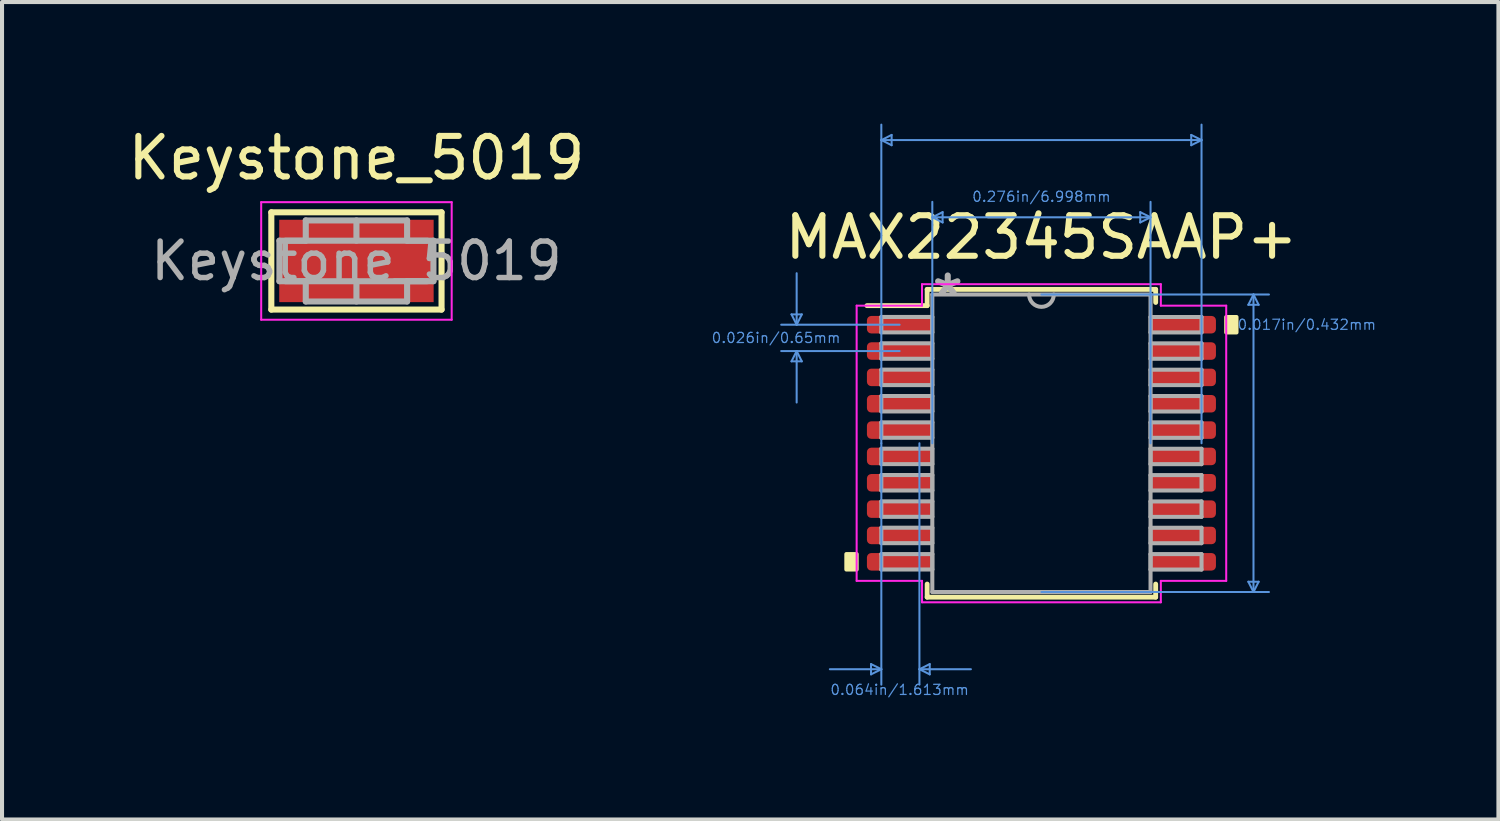
<source format=kicad_pcb>
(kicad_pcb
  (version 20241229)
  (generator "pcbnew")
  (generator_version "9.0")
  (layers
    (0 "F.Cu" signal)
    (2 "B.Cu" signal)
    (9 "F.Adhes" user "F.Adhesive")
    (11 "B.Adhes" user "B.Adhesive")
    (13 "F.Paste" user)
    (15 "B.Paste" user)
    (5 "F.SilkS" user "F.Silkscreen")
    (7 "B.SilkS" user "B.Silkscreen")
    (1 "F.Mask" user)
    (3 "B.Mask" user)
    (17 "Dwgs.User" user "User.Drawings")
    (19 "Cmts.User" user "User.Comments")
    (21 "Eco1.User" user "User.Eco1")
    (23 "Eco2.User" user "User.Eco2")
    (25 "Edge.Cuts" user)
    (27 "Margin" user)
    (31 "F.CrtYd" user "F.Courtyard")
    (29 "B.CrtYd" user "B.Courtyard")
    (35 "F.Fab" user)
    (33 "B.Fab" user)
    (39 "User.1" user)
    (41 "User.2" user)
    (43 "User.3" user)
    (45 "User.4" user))
  (footprint "Keystone_5019"
    (layer "F.Cu")
    (at 5.744 3.388)
    (property "Reference" "Keystone_5019" (at 0 -2.54 0) (layer "F.SilkS") (effects (font (size 1 1) (thickness 0.15))))
    (attr smd)
    (fp_line (start -2.1 -1.2) (end 2.1 -1.2) (stroke (width 0.15) (type solid)) (layer "F.SilkS"))
    (fp_line (start -2.1 1.2) (end -2.1 -1.2) (stroke (width 0.15) (type solid)) (layer "F.SilkS"))
    (fp_line (start 2.1 -1.2) (end 2.1 1.2) (stroke (width 0.15) (type solid)) (layer "F.SilkS"))
    (fp_line (start 2.1 1.2) (end -2.1 1.2) (stroke (width 0.15) (type solid)) (layer "F.SilkS"))
    (fp_line (start -2.35 -1.45) (end 2.35 -1.45) (stroke (width 0.05) (type solid)) (layer "F.CrtYd"))
    (fp_line (start -2.35 1.45) (end -2.35 -1.45) (stroke (width 0.05) (type solid)) (layer "F.CrtYd"))
    (fp_line (start 2.35 -1.45) (end 2.35 1.45) (stroke (width 0.05) (type solid)) (layer "F.CrtYd"))
    (fp_line (start 2.35 1.45) (end -2.35 1.45) (stroke (width 0.05) (type solid)) (layer "F.CrtYd"))
    (fp_line (start -1.9 -0.5) (end -1.9 0.5) (stroke (width 0.15) (type solid)) (layer "F.Fab"))
    (fp_line (start -1.9 -0.5) (end 1.9 -0.5) (stroke (width 0.15) (type solid)) (layer "F.Fab"))
    (fp_line (start -1.75 0.5) (end -1.25 0.5) (stroke (width 0.15) (type solid)) (layer "F.Fab"))
    (fp_line (start -1.25 -1) (end -1.25 -0.5) (stroke (width 0.15) (type solid)) (layer "F.Fab"))
    (fp_line (start -1.25 -0.5) (end -1.75 -0.5) (stroke (width 0.15) (type solid)) (layer "F.Fab"))
    (fp_line (start -1.25 0.5) (end -1.25 1) (stroke (width 0.15) (type solid)) (layer "F.Fab"))
    (fp_line (start -1.25 1) (end 1.25 1) (stroke (width 0.15) (type solid)) (layer "F.Fab"))
    (fp_line (start 0 -1) (end 0 -0.5) (stroke (width 0.15) (type solid)) (layer "F.Fab"))
    (fp_line (start 0 0.5) (end 0 1) (stroke (width 0.15) (type solid)) (layer "F.Fab"))
    (fp_line (start 1.25 -1) (end -1.25 -1) (stroke (width 0.15) (type solid)) (layer "F.Fab"))
    (fp_line (start 1.25 -0.5) (end 1.25 -1) (stroke (width 0.15) (type solid)) (layer "F.Fab"))
    (fp_line (start 1.25 0.5) (end 1.75 0.5) (stroke (width 0.15) (type solid)) (layer "F.Fab"))
    (fp_line (start 1.25 1) (end 1.25 0.5) (stroke (width 0.15) (type solid)) (layer "F.Fab"))
    (fp_line (start 1.75 -0.5) (end 1.25 -0.5) (stroke (width 0.15) (type solid)) (layer "F.Fab"))
    (fp_line (start 1.9 0.5) (end -1.9 0.5) (stroke (width 0.15) (type solid)) (layer "F.Fab"))
    (fp_line (start 1.9 0.5) (end 1.9 -0.5) (stroke (width 0.15) (type solid)) (layer "F.Fab"))
    (fp_text user "${REFERENCE}" (at 0 0 0) (layer "F.Fab") (effects (font (size 0.9 0.9) (thickness 0.135))))
    (pad "1" smd rect (at 0 0) (size 3.81 2.032) (layers "F.Cu" "F.Mask" "F.Paste")))
  (footprint "MAX22345SAAP+"
    (layer "F.Cu")
    (at 22.644 7.886)
    (property "Reference" "MAX22345SAAP+" (at 0 -5.08 0) (layer "F.SilkS") (effects (font (size 1 1) (thickness 0.15))))
    (attr smd)
    (fp_line (start -2.819 -3.797) (end -2.819 -3.395) (stroke (width 0.12) (type solid)) (layer "F.SilkS"))
    (fp_line (start -2.819 -3.395) (end -4.305 -3.395) (stroke (width 0.12) (type solid)) (layer "F.SilkS"))
    (fp_line (start -2.819 3.474) (end -2.819 3.797) (stroke (width 0.12) (type solid)) (layer "F.SilkS"))
    (fp_line (start -2.819 3.797) (end 2.819 3.797) (stroke (width 0.12) (type solid)) (layer "F.SilkS"))
    (fp_line (start 2.819 -3.797) (end -2.819 -3.797) (stroke (width 0.12) (type solid)) (layer "F.SilkS"))
    (fp_line (start 2.819 -3.474) (end 2.819 -3.797) (stroke (width 0.12) (type solid)) (layer "F.SilkS"))
    (fp_line (start 2.819 3.797) (end 2.819 3.474) (stroke (width 0.12) (type solid)) (layer "F.SilkS"))
    (fp_poly (pts (xy -4.813 2.734) (xy -4.813 3.115) (xy -4.559 3.115) (xy -4.559 2.734)) (stroke (width 0.1) (type solid)) (fill yes) (layer "F.SilkS"))
    (fp_poly (pts (xy 4.813 -3.115) (xy 4.813 -2.734) (xy 4.559 -2.734) (xy 4.559 -3.115)) (stroke (width 0.1) (type solid)) (fill yes) (layer "F.SilkS"))
    (fp_line (start -6.166 -3.179) (end -5.912 -3.179) (stroke (width 0.05) (type solid)) (layer "Cmts.User"))
    (fp_line (start -6.166 -2.021) (end -5.912 -2.021) (stroke (width 0.05) (type solid)) (layer "Cmts.User"))
    (fp_line (start -6.039 -2.925) (end -6.166 -3.179) (stroke (width 0.05) (type solid)) (layer "Cmts.User"))
    (fp_line (start -6.039 -2.925) (end -6.039 -4.195) (stroke (width 0.05) (type solid)) (layer "Cmts.User"))
    (fp_line (start -6.039 -2.925) (end -5.912 -3.179) (stroke (width 0.05) (type solid)) (layer "Cmts.User"))
    (fp_line (start -6.039 -2.275) (end -6.166 -2.021) (stroke (width 0.05) (type solid)) (layer "Cmts.User"))
    (fp_line (start -6.039 -2.275) (end -6.039 -1.005) (stroke (width 0.05) (type solid)) (layer "Cmts.User"))
    (fp_line (start -6.039 -2.275) (end -5.912 -2.021) (stroke (width 0.05) (type solid)) (layer "Cmts.User"))
    (fp_line (start -4.204 5.448) (end -4.204 5.702) (stroke (width 0.05) (type solid)) (layer "Cmts.User"))
    (fp_line (start -3.95 -7.48) (end -3.696 -7.607) (stroke (width 0.05) (type solid)) (layer "Cmts.User"))
    (fp_line (start -3.95 -7.48) (end -3.696 -7.353) (stroke (width 0.05) (type solid)) (layer "Cmts.User"))
    (fp_line (start -3.95 -7.48) (end 3.95 -7.48) (stroke (width 0.05) (type solid)) (layer "Cmts.User"))
    (fp_line (start -3.95 0) (end -3.95 -7.861) (stroke (width 0.05) (type solid)) (layer "Cmts.User"))
    (fp_line (start -3.95 0) (end -3.95 5.956) (stroke (width 0.05) (type solid)) (layer "Cmts.User"))
    (fp_line (start -3.95 5.575) (end -5.22 5.575) (stroke (width 0.05) (type solid)) (layer "Cmts.User"))
    (fp_line (start -3.95 5.575) (end -4.204 5.448) (stroke (width 0.05) (type solid)) (layer "Cmts.User"))
    (fp_line (start -3.95 5.575) (end -4.204 5.702) (stroke (width 0.05) (type solid)) (layer "Cmts.User"))
    (fp_line (start -3.696 -7.607) (end -3.696 -7.353) (stroke (width 0.05) (type solid)) (layer "Cmts.User"))
    (fp_line (start -3.499 -2.925) (end -6.42 -2.925) (stroke (width 0.05) (type solid)) (layer "Cmts.User"))
    (fp_line (start -3.499 -2.275) (end -6.42 -2.275) (stroke (width 0.05) (type solid)) (layer "Cmts.User"))
    (fp_line (start -3.01 0) (end -3.01 5.956) (stroke (width 0.05) (type solid)) (layer "Cmts.User"))
    (fp_line (start -3.01 5.575) (end -2.756 5.448) (stroke (width 0.05) (type solid)) (layer "Cmts.User"))
    (fp_line (start -3.01 5.575) (end -2.756 5.702) (stroke (width 0.05) (type solid)) (layer "Cmts.User"))
    (fp_line (start -3.01 5.575) (end -1.74 5.575) (stroke (width 0.05) (type solid)) (layer "Cmts.User"))
    (fp_line (start -2.756 5.448) (end -2.756 5.702) (stroke (width 0.05) (type solid)) (layer "Cmts.User"))
    (fp_line (start -2.692 -5.575) (end -2.438 -5.702) (stroke (width 0.05) (type solid)) (layer "Cmts.User"))
    (fp_line (start -2.692 -5.575) (end -2.438 -5.448) (stroke (width 0.05) (type solid)) (layer "Cmts.User"))
    (fp_line (start -2.692 -5.575) (end 2.692 -5.575) (stroke (width 0.05) (type solid)) (layer "Cmts.User"))
    (fp_line (start -2.692 0) (end -2.692 -5.956) (stroke (width 0.05) (type solid)) (layer "Cmts.User"))
    (fp_line (start -2.438 -5.702) (end -2.438 -5.448) (stroke (width 0.05) (type solid)) (layer "Cmts.User"))
    (fp_line (start 0 -3.67) (end 5.613 -3.67) (stroke (width 0.05) (type solid)) (layer "Cmts.User"))
    (fp_line (start 0 3.67) (end 5.613 3.67) (stroke (width 0.05) (type solid)) (layer "Cmts.User"))
    (fp_line (start 2.438 -5.702) (end 2.438 -5.448) (stroke (width 0.05) (type solid)) (layer "Cmts.User"))
    (fp_line (start 2.692 -5.575) (end 2.438 -5.702) (stroke (width 0.05) (type solid)) (layer "Cmts.User"))
    (fp_line (start 2.692 -5.575) (end 2.438 -5.448) (stroke (width 0.05) (type solid)) (layer "Cmts.User"))
    (fp_line (start 2.692 0) (end 2.692 -5.956) (stroke (width 0.05) (type solid)) (layer "Cmts.User"))
    (fp_line (start 3.696 -7.607) (end 3.696 -7.353) (stroke (width 0.05) (type solid)) (layer "Cmts.User"))
    (fp_line (start 3.95 -7.48) (end 3.696 -7.607) (stroke (width 0.05) (type solid)) (layer "Cmts.User"))
    (fp_line (start 3.95 -7.48) (end 3.696 -7.353) (stroke (width 0.05) (type solid)) (layer "Cmts.User"))
    (fp_line (start 3.95 0) (end 3.95 -7.861) (stroke (width 0.05) (type solid)) (layer "Cmts.User"))
    (fp_line (start 5.105 -3.416) (end 5.359 -3.416) (stroke (width 0.05) (type solid)) (layer "Cmts.User"))
    (fp_line (start 5.105 3.416) (end 5.359 3.416) (stroke (width 0.05) (type solid)) (layer "Cmts.User"))
    (fp_line (start 5.232 -3.67) (end 5.105 -3.416) (stroke (width 0.05) (type solid)) (layer "Cmts.User"))
    (fp_line (start 5.232 -3.67) (end 5.232 3.67) (stroke (width 0.05) (type solid)) (layer "Cmts.User"))
    (fp_line (start 5.232 -3.67) (end 5.359 -3.416) (stroke (width 0.05) (type solid)) (layer "Cmts.User"))
    (fp_line (start 5.232 3.67) (end 5.105 3.416) (stroke (width 0.05) (type solid)) (layer "Cmts.User"))
    (fp_line (start 5.232 3.67) (end 5.359 3.416) (stroke (width 0.05) (type solid)) (layer "Cmts.User"))
    (fp_line (start -4.559 -3.395) (end -2.946 -3.395) (stroke (width 0.05) (type solid)) (layer "F.CrtYd"))
    (fp_line (start -4.559 3.395) (end -4.559 -3.395) (stroke (width 0.05) (type solid)) (layer "F.CrtYd"))
    (fp_line (start -2.946 -3.924) (end 2.946 -3.924) (stroke (width 0.05) (type solid)) (layer "F.CrtYd"))
    (fp_line (start -2.946 -3.395) (end -2.946 -3.924) (stroke (width 0.05) (type solid)) (layer "F.CrtYd"))
    (fp_line (start -2.946 3.395) (end -4.559 3.395) (stroke (width 0.05) (type solid)) (layer "F.CrtYd"))
    (fp_line (start -2.946 3.924) (end -2.946 3.395) (stroke (width 0.05) (type solid)) (layer "F.CrtYd"))
    (fp_line (start 2.946 -3.924) (end 2.946 -3.395) (stroke (width 0.05) (type solid)) (layer "F.CrtYd"))
    (fp_line (start 2.946 3.395) (end 2.946 3.924) (stroke (width 0.05) (type solid)) (layer "F.CrtYd"))
    (fp_line (start 2.946 3.924) (end -2.946 3.924) (stroke (width 0.05) (type solid)) (layer "F.CrtYd"))
    (fp_line (start 4.559 -3.395) (end 2.946 -3.395) (stroke (width 0.05) (type solid)) (layer "F.CrtYd"))
    (fp_line (start 4.559 -3.395) (end 4.559 3.395) (stroke (width 0.05) (type solid)) (layer "F.CrtYd"))
    (fp_line (start 4.559 3.395) (end 2.946 3.395) (stroke (width 0.05) (type solid)) (layer "F.CrtYd"))
    (fp_line (start -3.95 -3.116) (end -3.95 -2.735) (stroke (width 0.1) (type solid)) (layer "F.Fab"))
    (fp_line (start -3.95 -2.735) (end -2.692 -2.735) (stroke (width 0.1) (type solid)) (layer "F.Fab"))
    (fp_line (start -3.95 -2.466) (end -3.95 -2.084) (stroke (width 0.1) (type solid)) (layer "F.Fab"))
    (fp_line (start -3.95 -2.084) (end -2.692 -2.084) (stroke (width 0.1) (type solid)) (layer "F.Fab"))
    (fp_line (start -3.95 -1.816) (end -3.95 -1.435) (stroke (width 0.1) (type solid)) (layer "F.Fab"))
    (fp_line (start -3.95 -1.435) (end -2.692 -1.435) (stroke (width 0.1) (type solid)) (layer "F.Fab"))
    (fp_line (start -3.95 -1.166) (end -3.95 -0.785) (stroke (width 0.1) (type solid)) (layer "F.Fab"))
    (fp_line (start -3.95 -0.785) (end -2.692 -0.785) (stroke (width 0.1) (type solid)) (layer "F.Fab"))
    (fp_line (start -3.95 -0.516) (end -3.95 -0.135) (stroke (width 0.1) (type solid)) (layer "F.Fab"))
    (fp_line (start -3.95 -0.135) (end -2.692 -0.135) (stroke (width 0.1) (type solid)) (layer "F.Fab"))
    (fp_line (start -3.95 0.134) (end -3.95 0.515) (stroke (width 0.1) (type solid)) (layer "F.Fab"))
    (fp_line (start -3.95 0.515) (end -2.692 0.515) (stroke (width 0.1) (type solid)) (layer "F.Fab"))
    (fp_line (start -3.95 0.784) (end -3.95 1.165) (stroke (width 0.1) (type solid)) (layer "F.Fab"))
    (fp_line (start -3.95 1.165) (end -2.692 1.165) (stroke (width 0.1) (type solid)) (layer "F.Fab"))
    (fp_line (start -3.95 1.434) (end -3.95 1.815) (stroke (width 0.1) (type solid)) (layer "F.Fab"))
    (fp_line (start -3.95 1.815) (end -2.692 1.815) (stroke (width 0.1) (type solid)) (layer "F.Fab"))
    (fp_line (start -3.95 2.084) (end -3.95 2.465) (stroke (width 0.1) (type solid)) (layer "F.Fab"))
    (fp_line (start -3.95 2.465) (end -2.692 2.465) (stroke (width 0.1) (type solid)) (layer "F.Fab"))
    (fp_line (start -3.95 2.734) (end -3.95 3.115) (stroke (width 0.1) (type solid)) (layer "F.Fab"))
    (fp_line (start -3.95 3.115) (end -2.692 3.115) (stroke (width 0.1) (type solid)) (layer "F.Fab"))
    (fp_line (start -2.692 -3.67) (end -2.692 3.67) (stroke (width 0.1) (type solid)) (layer "F.Fab"))
    (fp_line (start -2.692 -3.116) (end -3.95 -3.116) (stroke (width 0.1) (type solid)) (layer "F.Fab"))
    (fp_line (start -2.692 -2.735) (end -2.692 -3.116) (stroke (width 0.1) (type solid)) (layer "F.Fab"))
    (fp_line (start -2.692 -2.466) (end -3.95 -2.466) (stroke (width 0.1) (type solid)) (layer "F.Fab"))
    (fp_line (start -2.692 -2.084) (end -2.692 -2.466) (stroke (width 0.1) (type solid)) (layer "F.Fab"))
    (fp_line (start -2.692 -1.816) (end -3.95 -1.816) (stroke (width 0.1) (type solid)) (layer "F.Fab"))
    (fp_line (start -2.692 -1.435) (end -2.692 -1.816) (stroke (width 0.1) (type solid)) (layer "F.Fab"))
    (fp_line (start -2.692 -1.166) (end -3.95 -1.166) (stroke (width 0.1) (type solid)) (layer "F.Fab"))
    (fp_line (start -2.692 -0.785) (end -2.692 -1.166) (stroke (width 0.1) (type solid)) (layer "F.Fab"))
    (fp_line (start -2.692 -0.516) (end -3.95 -0.516) (stroke (width 0.1) (type solid)) (layer "F.Fab"))
    (fp_line (start -2.692 -0.135) (end -2.692 -0.516) (stroke (width 0.1) (type solid)) (layer "F.Fab"))
    (fp_line (start -2.692 0.134) (end -3.95 0.134) (stroke (width 0.1) (type solid)) (layer "F.Fab"))
    (fp_line (start -2.692 0.515) (end -2.692 0.134) (stroke (width 0.1) (type solid)) (layer "F.Fab"))
    (fp_line (start -2.692 0.784) (end -3.95 0.784) (stroke (width 0.1) (type solid)) (layer "F.Fab"))
    (fp_line (start -2.692 1.165) (end -2.692 0.784) (stroke (width 0.1) (type solid)) (layer "F.Fab"))
    (fp_line (start -2.692 1.434) (end -3.95 1.434) (stroke (width 0.1) (type solid)) (layer "F.Fab"))
    (fp_line (start -2.692 1.815) (end -2.692 1.434) (stroke (width 0.1) (type solid)) (layer "F.Fab"))
    (fp_line (start -2.692 2.084) (end -3.95 2.084) (stroke (width 0.1) (type solid)) (layer "F.Fab"))
    (fp_line (start -2.692 2.465) (end -2.692 2.084) (stroke (width 0.1) (type solid)) (layer "F.Fab"))
    (fp_line (start -2.692 2.734) (end -3.95 2.734) (stroke (width 0.1) (type solid)) (layer "F.Fab"))
    (fp_line (start -2.692 3.115) (end -2.692 2.734) (stroke (width 0.1) (type solid)) (layer "F.Fab"))
    (fp_line (start -2.692 3.67) (end 2.692 3.67) (stroke (width 0.1) (type solid)) (layer "F.Fab"))
    (fp_line (start 2.692 -3.67) (end -2.692 -3.67) (stroke (width 0.1) (type solid)) (layer "F.Fab"))
    (fp_line (start 2.692 -3.115) (end 2.692 -2.734) (stroke (width 0.1) (type solid)) (layer "F.Fab"))
    (fp_line (start 2.692 -2.734) (end 3.95 -2.734) (stroke (width 0.1) (type solid)) (layer "F.Fab"))
    (fp_line (start 2.692 -2.465) (end 2.692 -2.084) (stroke (width 0.1) (type solid)) (layer "F.Fab"))
    (fp_line (start 2.692 -2.084) (end 3.95 -2.084) (stroke (width 0.1) (type solid)) (layer "F.Fab"))
    (fp_line (start 2.692 -1.815) (end 2.692 -1.434) (stroke (width 0.1) (type solid)) (layer "F.Fab"))
    (fp_line (start 2.692 -1.434) (end 3.95 -1.434) (stroke (width 0.1) (type solid)) (layer "F.Fab"))
    (fp_line (start 2.692 -1.165) (end 2.692 -0.784) (stroke (width 0.1) (type solid)) (layer "F.Fab"))
    (fp_line (start 2.692 -0.784) (end 3.95 -0.784) (stroke (width 0.1) (type solid)) (layer "F.Fab"))
    (fp_line (start 2.692 -0.515) (end 2.692 -0.134) (stroke (width 0.1) (type solid)) (layer "F.Fab"))
    (fp_line (start 2.692 -0.134) (end 3.95 -0.134) (stroke (width 0.1) (type solid)) (layer "F.Fab"))
    (fp_line (start 2.692 0.135) (end 2.692 0.516) (stroke (width 0.1) (type solid)) (layer "F.Fab"))
    (fp_line (start 2.692 0.516) (end 3.95 0.516) (stroke (width 0.1) (type solid)) (layer "F.Fab"))
    (fp_line (start 2.692 0.785) (end 2.692 1.166) (stroke (width 0.1) (type solid)) (layer "F.Fab"))
    (fp_line (start 2.692 1.166) (end 3.95 1.166) (stroke (width 0.1) (type solid)) (layer "F.Fab"))
    (fp_line (start 2.692 1.435) (end 2.692 1.816) (stroke (width 0.1) (type solid)) (layer "F.Fab"))
    (fp_line (start 2.692 1.816) (end 3.95 1.816) (stroke (width 0.1) (type solid)) (layer "F.Fab"))
    (fp_line (start 2.692 2.085) (end 2.692 2.466) (stroke (width 0.1) (type solid)) (layer "F.Fab"))
    (fp_line (start 2.692 2.466) (end 3.95 2.466) (stroke (width 0.1) (type solid)) (layer "F.Fab"))
    (fp_line (start 2.692 2.735) (end 2.692 3.116) (stroke (width 0.1) (type solid)) (layer "F.Fab"))
    (fp_line (start 2.692 3.116) (end 3.95 3.116) (stroke (width 0.1) (type solid)) (layer "F.Fab"))
    (fp_line (start 2.692 3.67) (end 2.692 -3.67) (stroke (width 0.1) (type solid)) (layer "F.Fab"))
    (fp_line (start 3.95 -3.115) (end 2.692 -3.115) (stroke (width 0.1) (type solid)) (layer "F.Fab"))
    (fp_line (start 3.95 -2.734) (end 3.95 -3.115) (stroke (width 0.1) (type solid)) (layer "F.Fab"))
    (fp_line (start 3.95 -2.465) (end 2.692 -2.465) (stroke (width 0.1) (type solid)) (layer "F.Fab"))
    (fp_line (start 3.95 -2.084) (end 3.95 -2.465) (stroke (width 0.1) (type solid)) (layer "F.Fab"))
    (fp_line (start 3.95 -1.815) (end 2.692 -1.815) (stroke (width 0.1) (type solid)) (layer "F.Fab"))
    (fp_line (start 3.95 -1.434) (end 3.95 -1.815) (stroke (width 0.1) (type solid)) (layer "F.Fab"))
    (fp_line (start 3.95 -1.165) (end 2.692 -1.165) (stroke (width 0.1) (type solid)) (layer "F.Fab"))
    (fp_line (start 3.95 -0.784) (end 3.95 -1.165) (stroke (width 0.1) (type solid)) (layer "F.Fab"))
    (fp_line (start 3.95 -0.515) (end 2.692 -0.515) (stroke (width 0.1) (type solid)) (layer "F.Fab"))
    (fp_line (start 3.95 -0.134) (end 3.95 -0.515) (stroke (width 0.1) (type solid)) (layer "F.Fab"))
    (fp_line (start 3.95 0.135) (end 2.692 0.135) (stroke (width 0.1) (type solid)) (layer "F.Fab"))
    (fp_line (start 3.95 0.516) (end 3.95 0.135) (stroke (width 0.1) (type solid)) (layer "F.Fab"))
    (fp_line (start 3.95 0.785) (end 2.692 0.785) (stroke (width 0.1) (type solid)) (layer "F.Fab"))
    (fp_line (start 3.95 1.166) (end 3.95 0.785) (stroke (width 0.1) (type solid)) (layer "F.Fab"))
    (fp_line (start 3.95 1.435) (end 2.692 1.435) (stroke (width 0.1) (type solid)) (layer "F.Fab"))
    (fp_line (start 3.95 1.816) (end 3.95 1.435) (stroke (width 0.1) (type solid)) (layer "F.Fab"))
    (fp_line (start 3.95 2.085) (end 2.692 2.085) (stroke (width 0.1) (type solid)) (layer "F.Fab"))
    (fp_line (start 3.95 2.466) (end 3.95 2.085) (stroke (width 0.1) (type solid)) (layer "F.Fab"))
    (fp_line (start 3.95 2.735) (end 2.692 2.735) (stroke (width 0.1) (type solid)) (layer "F.Fab"))
    (fp_line (start 3.95 3.116) (end 3.95 2.735) (stroke (width 0.1) (type solid)) (layer "F.Fab"))
    (fp_arc (start 0.3048 -3.6703) (mid 0 -3.3655) (end -0.3048 -3.6703) (stroke (width 0.1) (type solid)) (layer "F.Fab"))
    (fp_text user "0.017in/0.432mm" (at 6.547 -2.925 0) (layer "Cmts.User") (effects (font (size 0.25 0.25) (thickness 0.03))))
    (fp_text user "0.026in/0.65mm" (at -6.547 -2.6 0) (layer "Cmts.User") (effects (font (size 0.25 0.25) (thickness 0.03))))
    (fp_text user "0.064in/1.613mm" (at -3.499 6.083 0) (layer "Cmts.User") (effects (font (size 0.25 0.25) (thickness 0.03))))
    (fp_text user "0.276in/6.998mm" (at 0 -6.083 0) (layer "Cmts.User") (effects (font (size 0.25 0.25) (thickness 0.03))))
    (fp_text user "*" (at -2.311 -3.594 0) (layer "F.Fab") (effects (font (size 1 1) (thickness 0.15))))
    (pad "1" smd roundrect (at -3.499 -2.925) (size 1.613 0.432) (layers "F.Cu" "F.Mask" "F.Paste") (roundrect_rratio 0.25))
    (pad "2" smd roundrect (at -3.499 -2.275) (size 1.613 0.432) (layers "F.Cu" "F.Mask" "F.Paste") (roundrect_rratio 0.25))
    (pad "3" smd roundrect (at -3.499 -1.625) (size 1.613 0.432) (layers "F.Cu" "F.Mask" "F.Paste") (roundrect_rratio 0.25))
    (pad "4" smd roundrect (at -3.499 -0.975) (size 1.613 0.432) (layers "F.Cu" "F.Mask" "F.Paste") (roundrect_rratio 0.25))
    (pad "5" smd roundrect (at -3.499 -0.325) (size 1.613 0.432) (layers "F.Cu" "F.Mask" "F.Paste") (roundrect_rratio 0.25))
    (pad "6" smd roundrect (at -3.499 0.325) (size 1.613 0.432) (layers "F.Cu" "F.Mask" "F.Paste") (roundrect_rratio 0.25))
    (pad "7" smd roundrect (at -3.499 0.975) (size 1.613 0.432) (layers "F.Cu" "F.Mask" "F.Paste") (roundrect_rratio 0.25))
    (pad "8" smd roundrect (at -3.499 1.625) (size 1.613 0.432) (layers "F.Cu" "F.Mask" "F.Paste") (roundrect_rratio 0.25))
    (pad "9" smd roundrect (at -3.499 2.275) (size 1.613 0.432) (layers "F.Cu" "F.Mask" "F.Paste") (roundrect_rratio 0.25))
    (pad "10" smd roundrect (at -3.499 2.925) (size 1.613 0.432) (layers "F.Cu" "F.Mask" "F.Paste") (roundrect_rratio 0.25))
    (pad "11" smd roundrect (at 3.499 2.925) (size 1.613 0.432) (layers "F.Cu" "F.Mask" "F.Paste") (roundrect_rratio 0.25))
    (pad "12" smd roundrect (at 3.499 2.275) (size 1.613 0.432) (layers "F.Cu" "F.Mask" "F.Paste") (roundrect_rratio 0.25))
    (pad "13" smd roundrect (at 3.499 1.625) (size 1.613 0.432) (layers "F.Cu" "F.Mask" "F.Paste") (roundrect_rratio 0.25))
    (pad "14" smd roundrect (at 3.499 0.975) (size 1.613 0.432) (layers "F.Cu" "F.Mask" "F.Paste") (roundrect_rratio 0.25))
    (pad "15" smd roundrect (at 3.499 0.325) (size 1.613 0.432) (layers "F.Cu" "F.Mask" "F.Paste") (roundrect_rratio 0.25))
    (pad "16" smd roundrect (at 3.499 -0.325) (size 1.613 0.432) (layers "F.Cu" "F.Mask" "F.Paste") (roundrect_rratio 0.25))
    (pad "17" smd roundrect (at 3.499 -0.975) (size 1.613 0.432) (layers "F.Cu" "F.Mask" "F.Paste") (roundrect_rratio 0.25))
    (pad "18" smd roundrect (at 3.499 -1.625) (size 1.613 0.432) (layers "F.Cu" "F.Mask" "F.Paste") (roundrect_rratio 0.25))
    (pad "19" smd roundrect (at 3.499 -2.275) (size 1.613 0.432) (layers "F.Cu" "F.Mask" "F.Paste") (roundrect_rratio 0.25))
    (pad "20" smd roundrect (at 3.499 -2.925) (size 1.613 0.432) (layers "F.Cu" "F.Mask" "F.Paste") (roundrect_rratio 0.25)))
  (gr_rect
    (start -3 -3)
    (end 33.919 17.169)
    (stroke (width 0.1) (type default))
    (fill no)
    (layer "Edge.Cuts")))
</source>
